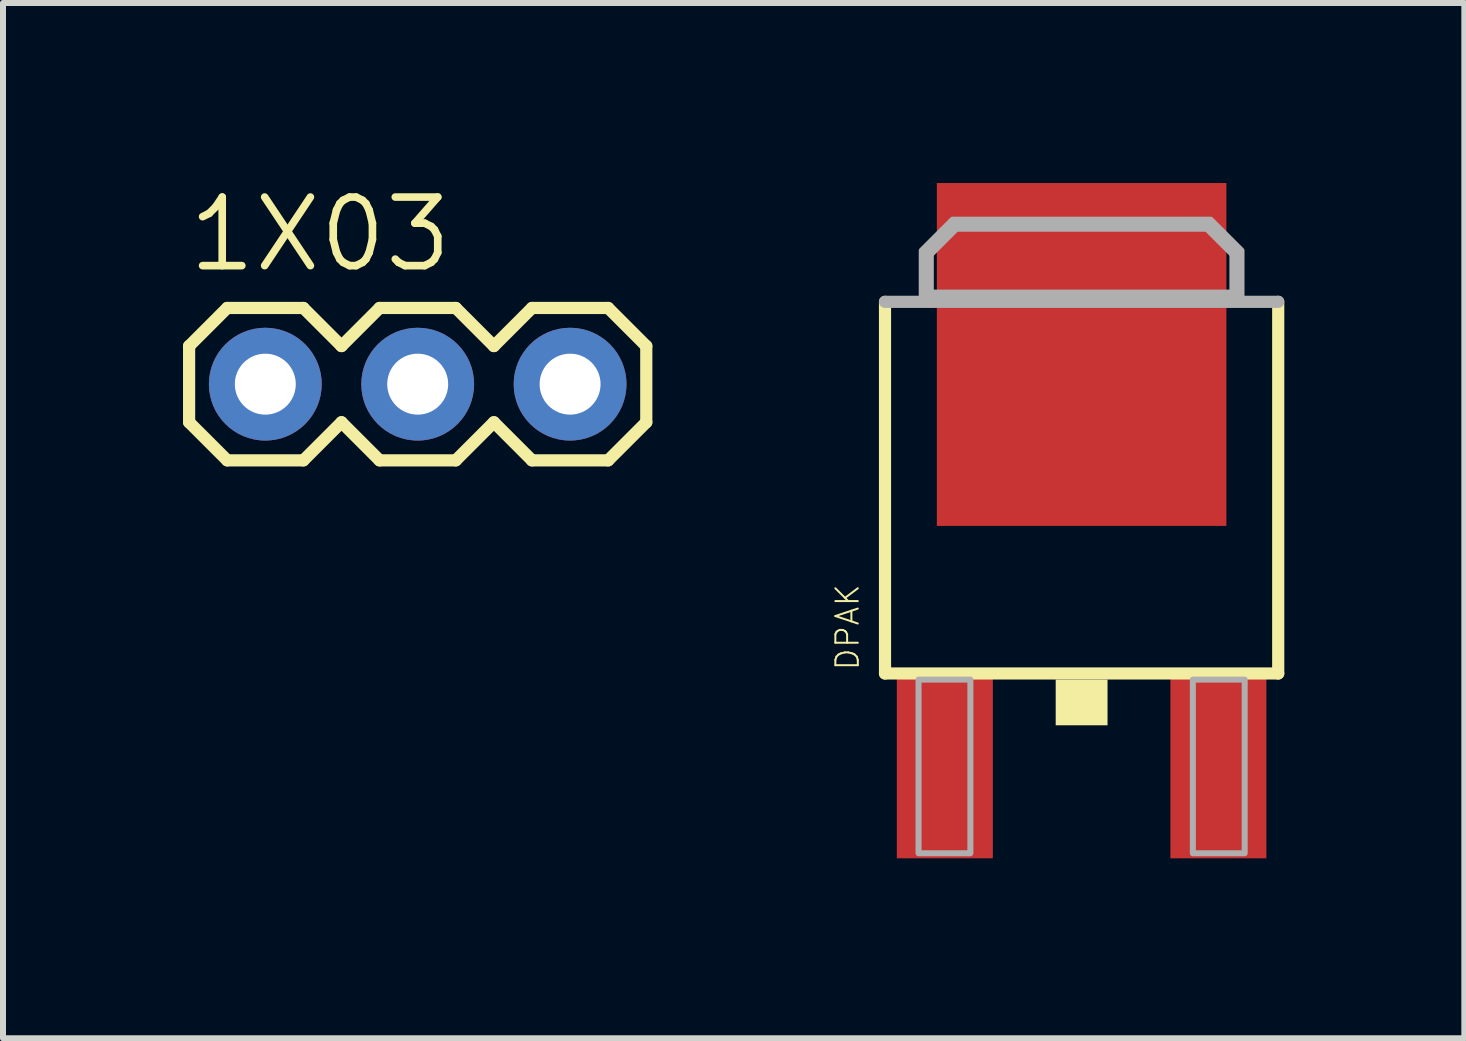
<source format=kicad_pcb>
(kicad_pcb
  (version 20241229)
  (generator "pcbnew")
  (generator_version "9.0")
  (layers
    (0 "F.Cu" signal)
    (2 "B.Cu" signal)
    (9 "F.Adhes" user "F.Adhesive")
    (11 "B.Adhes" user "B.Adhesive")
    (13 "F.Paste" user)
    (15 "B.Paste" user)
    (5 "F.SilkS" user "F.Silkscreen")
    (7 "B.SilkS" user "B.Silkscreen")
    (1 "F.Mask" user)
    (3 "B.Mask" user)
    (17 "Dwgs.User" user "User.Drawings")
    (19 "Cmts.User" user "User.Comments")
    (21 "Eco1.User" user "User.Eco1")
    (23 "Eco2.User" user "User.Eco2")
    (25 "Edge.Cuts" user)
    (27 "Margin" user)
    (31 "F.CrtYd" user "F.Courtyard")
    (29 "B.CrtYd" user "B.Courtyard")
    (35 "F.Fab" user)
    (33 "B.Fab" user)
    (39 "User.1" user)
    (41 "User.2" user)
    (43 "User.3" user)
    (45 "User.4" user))
  (footprint "1X03"
    (layer "F.Cu")
    (at 1.372 3.353)
    (property "Reference" "1X03" (at -1.346 -1.829 0) (unlocked yes) (layer "F.SilkS") (effects (font (size 1.143 1.143) (thickness 0.127)) (justify left bottom)))
    (fp_line (start -1.27 -0.635) (end -1.27 0.635) (stroke (width 0.203) (type solid)) (layer "F.SilkS"))
    (fp_line (start -1.27 0.635) (end -0.635 1.27) (stroke (width 0.203) (type solid)) (layer "F.SilkS"))
    (fp_line (start -0.635 -1.27) (end -1.27 -0.635) (stroke (width 0.203) (type solid)) (layer "F.SilkS"))
    (fp_line (start -0.635 -1.27) (end 0.635 -1.27) (stroke (width 0.203) (type solid)) (layer "F.SilkS"))
    (fp_line (start 0.635 -1.27) (end 1.27 -0.635) (stroke (width 0.203) (type solid)) (layer "F.SilkS"))
    (fp_line (start 0.635 1.27) (end -0.635 1.27) (stroke (width 0.203) (type solid)) (layer "F.SilkS"))
    (fp_line (start 1.27 -0.635) (end 1.905 -1.27) (stroke (width 0.203) (type solid)) (layer "F.SilkS"))
    (fp_line (start 1.27 0.635) (end 0.635 1.27) (stroke (width 0.203) (type solid)) (layer "F.SilkS"))
    (fp_line (start 1.905 -1.27) (end 3.175 -1.27) (stroke (width 0.203) (type solid)) (layer "F.SilkS"))
    (fp_line (start 1.905 1.27) (end 1.27 0.635) (stroke (width 0.203) (type solid)) (layer "F.SilkS"))
    (fp_line (start 3.175 -1.27) (end 3.81 -0.635) (stroke (width 0.203) (type solid)) (layer "F.SilkS"))
    (fp_line (start 3.175 1.27) (end 1.905 1.27) (stroke (width 0.203) (type solid)) (layer "F.SilkS"))
    (fp_line (start 3.81 -0.635) (end 4.445 -1.27) (stroke (width 0.203) (type solid)) (layer "F.SilkS"))
    (fp_line (start 3.81 0.635) (end 3.175 1.27) (stroke (width 0.203) (type solid)) (layer "F.SilkS"))
    (fp_line (start 4.445 -1.27) (end 5.715 -1.27) (stroke (width 0.203) (type solid)) (layer "F.SilkS"))
    (fp_line (start 4.445 1.27) (end 3.81 0.635) (stroke (width 0.203) (type solid)) (layer "F.SilkS"))
    (fp_line (start 5.715 -1.27) (end 6.35 -0.635) (stroke (width 0.203) (type solid)) (layer "F.SilkS"))
    (fp_line (start 5.715 1.27) (end 4.445 1.27) (stroke (width 0.203) (type solid)) (layer "F.SilkS"))
    (fp_line (start 6.35 -0.635) (end 6.35 0.635) (stroke (width 0.203) (type solid)) (layer "F.SilkS"))
    (fp_line (start 6.35 0.635) (end 5.715 1.27) (stroke (width 0.203) (type solid)) (layer "F.SilkS"))
    (fp_poly (pts (xy -0.254 0.254) (xy 0.254 0.254) (xy 0.254 -0.254) (xy -0.254 -0.254)) (stroke (width 0.1) (type default)) (fill no) (layer "F.Fab"))
    (fp_poly (pts (xy 2.286 0.254) (xy 2.794 0.254) (xy 2.794 -0.254) (xy 2.286 -0.254)) (stroke (width 0.1) (type default)) (fill no) (layer "F.Fab"))
    (fp_poly (pts (xy 4.826 0.254) (xy 5.334 0.254) (xy 5.334 -0.254) (xy 4.826 -0.254)) (stroke (width 0.1) (type default)) (fill no) (layer "F.Fab"))
    (pad "1" thru_hole circle (at 0 0 90) (size 1.88 1.88) (drill 1.016) (layers "*.Cu" "*.Mask"))
    (pad "2" thru_hole circle (at 2.54 0 90) (size 1.88 1.88) (drill 1.016) (layers "*.Cu" "*.Mask"))
    (pad "3" thru_hole circle (at 5.08 0 90) (size 1.88 1.88) (drill 1.016) (layers "*.Cu" "*.Mask")))
  (footprint "DPAK"
    (layer "F.Cu")
    (at 14.978 4.446)
    (property "Reference" "DPAK" (at -3.683 3.702 90) (unlocked yes) (layer "F.SilkS") (effects (font (size 0.374 0.374) (thickness 0.033)) (justify left bottom)))
    (fp_line (start -3.277 3.729) (end -3.277 -2.465) (stroke (width 0.203) (type solid)) (layer "F.SilkS"))
    (fp_line (start 3.277 -2.465) (end 3.277 3.729) (stroke (width 0.203) (type solid)) (layer "F.SilkS"))
    (fp_line (start 3.277 3.729) (end -3.277 3.729) (stroke (width 0.203) (type solid)) (layer "F.SilkS"))
    (fp_poly (pts (xy -0.432 4.593) (xy 0.432 4.593) (xy 0.432 3.831) (xy -0.432 3.831)) (stroke (width 0) (type default)) (fill yes) (layer "F.SilkS"))
    (fp_line (start -3.277 -2.465) (end 3.277 -2.465) (stroke (width 0.203) (type solid)) (layer "F.Fab"))
    (fp_line (start -2.565 -3.278) (end -2.108 -3.735) (stroke (width 0.203) (type solid)) (layer "F.Fab"))
    (fp_line (start -2.565 -2.567) (end -2.565 -3.278) (stroke (width 0.203) (type solid)) (layer "F.Fab"))
    (fp_line (start -2.108 -3.735) (end 2.108 -3.735) (stroke (width 0.203) (type solid)) (layer "F.Fab"))
    (fp_line (start 2.108 -3.735) (end 2.565 -3.278) (stroke (width 0.203) (type solid)) (layer "F.Fab"))
    (fp_line (start 2.565 -3.278) (end 2.565 -2.567) (stroke (width 0.203) (type solid)) (layer "F.Fab"))
    (fp_line (start 2.565 -2.567) (end -2.565 -2.567) (stroke (width 0.203) (type solid)) (layer "F.Fab"))
    (fp_poly (pts (xy -2.718 6.726) (xy -1.854 6.726) (xy -1.854 3.831) (xy -2.718 3.831)) (stroke (width 0.1) (type default)) (fill no) (layer "F.Fab"))
    (fp_poly (pts (xy 1.854 6.726) (xy 2.718 6.726) (xy 2.718 3.831) (xy 1.854 3.831)) (stroke (width 0.1) (type default)) (fill no) (layer "F.Fab"))
    (fp_poly (pts (xy 2.665 -3.32) (xy 2.665 -2.467) (xy -2.665 -2.467) (xy -2.665 -3.32) (xy -2.15 -3.835) (xy 2.15 -3.835)) (stroke (width 0.1) (type default)) (fill no) (layer "F.Fab"))
    (pad "1" smd rect (at -2.28 5.31) (size 1.6 3) (layers "F.Cu" "F.Mask" "F.Paste"))
    (pad "3" smd rect (at 2.28 5.31) (size 1.6 3) (layers "F.Cu" "F.Mask" "F.Paste"))
    (pad "4" smd rect (at 0 -1.588) (size 4.826 5.715) (layers "F.Cu" "F.Mask" "F.Paste")))
  (gr_rect
    (start -3 -3)
    (end 21.357 14.255)
    (stroke (width 0.1) (type default))
    (fill no)
    (layer "Edge.Cuts")))
</source>
